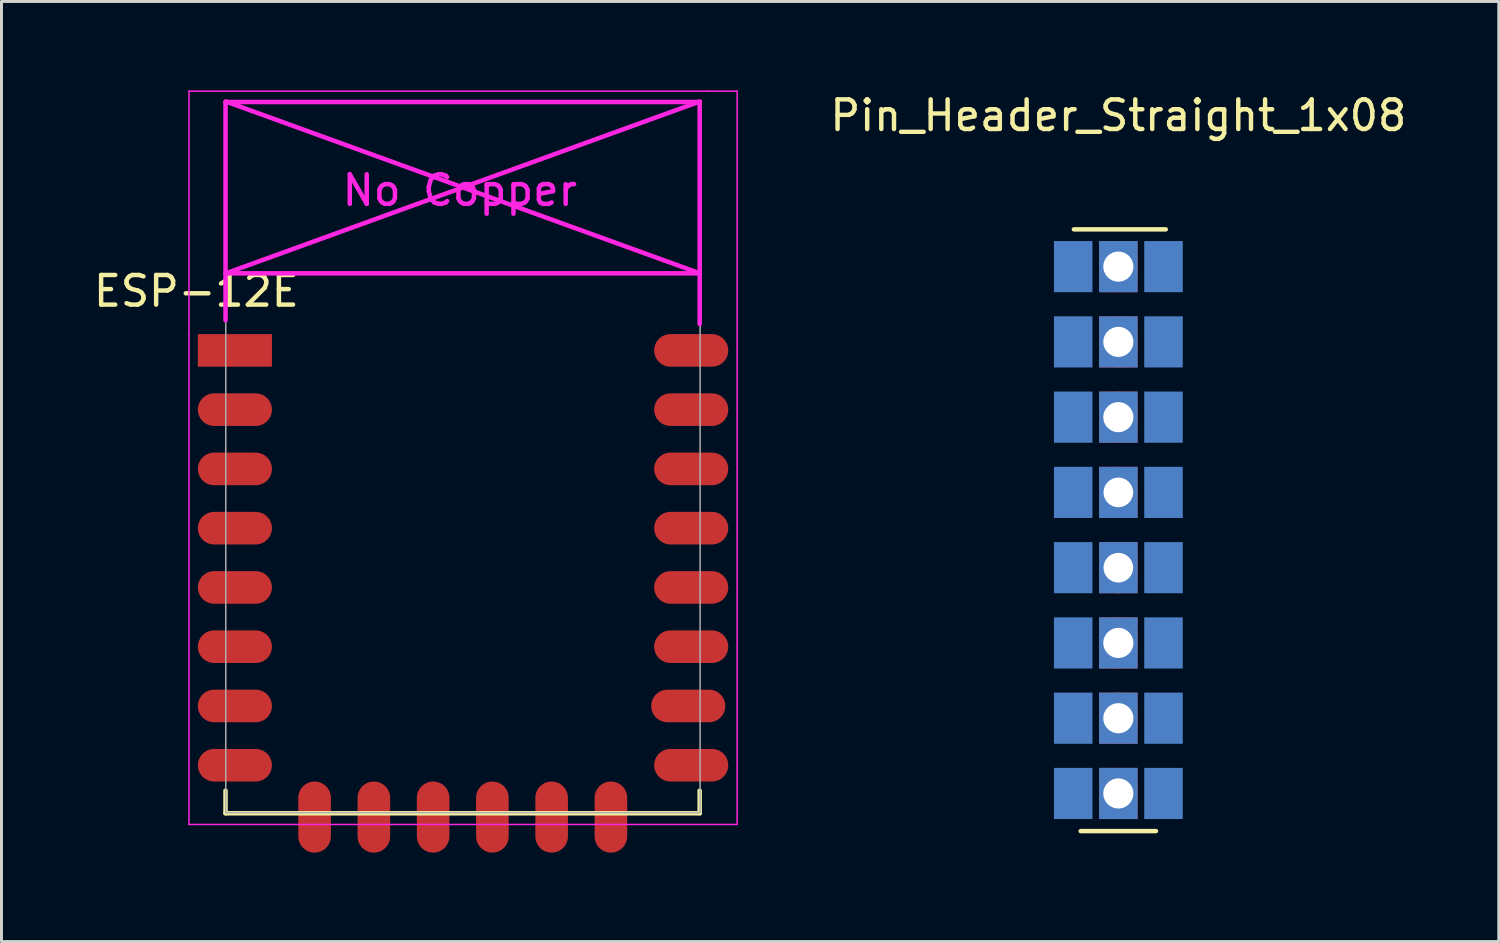
<source format=kicad_pcb>
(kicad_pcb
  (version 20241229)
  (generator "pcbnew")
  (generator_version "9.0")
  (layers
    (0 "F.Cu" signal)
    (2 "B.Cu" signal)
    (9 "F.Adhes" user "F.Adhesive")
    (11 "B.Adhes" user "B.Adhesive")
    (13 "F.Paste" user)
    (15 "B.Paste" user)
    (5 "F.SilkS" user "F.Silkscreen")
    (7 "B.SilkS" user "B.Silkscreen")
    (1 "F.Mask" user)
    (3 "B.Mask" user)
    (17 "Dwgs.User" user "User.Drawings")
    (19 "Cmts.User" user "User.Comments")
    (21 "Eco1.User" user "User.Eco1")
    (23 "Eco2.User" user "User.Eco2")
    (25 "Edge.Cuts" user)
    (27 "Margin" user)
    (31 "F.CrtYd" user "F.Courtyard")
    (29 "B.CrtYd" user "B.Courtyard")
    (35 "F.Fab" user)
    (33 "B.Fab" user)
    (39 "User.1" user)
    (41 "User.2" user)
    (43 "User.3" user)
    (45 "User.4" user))
  (footprint "ESP-12E"
    (layer "F.Cu")
    (at 5.577 8.775)
    (property "Reference" "ESP-12E" (at -2 -2 0) (layer "F.SilkS") (effects (font (size 1 1) (thickness 0.15))))
    (attr through_hole)
    (fp_line (start -1.016 14.859) (end -1.016 15.621) (stroke (width 0.152) (type solid)) (layer "F.SilkS"))
    (fp_line (start -1.016 15.621) (end 14.986 15.621) (stroke (width 0.152) (type solid)) (layer "F.SilkS"))
    (fp_line (start 14.986 15.621) (end 14.986 14.859) (stroke (width 0.152) (type solid)) (layer "F.SilkS"))
    (fp_line (start -2.25 -8.75) (end 15.25 -8.75) (stroke (width 0.05) (type solid)) (layer "F.CrtYd"))
    (fp_line (start -2.25 -0.5) (end -2.25 -8.75) (stroke (width 0.05) (type solid)) (layer "F.CrtYd"))
    (fp_line (start -2.25 16) (end -2.25 -0.5) (stroke (width 0.05) (type solid)) (layer "F.CrtYd"))
    (fp_line (start -1.016 -8.382) (end -1.016 -1.016) (stroke (width 0.152) (type solid)) (layer "F.CrtYd"))
    (fp_line (start -1.016 -8.382) (end 14.986 -8.382) (stroke (width 0.152) (type solid)) (layer "F.CrtYd"))
    (fp_line (start -1.008 -8.4) (end 14.992 -2.6) (stroke (width 0.152) (type solid)) (layer "F.CrtYd"))
    (fp_line (start -1.008 -2.6) (end 14.992 -2.6) (stroke (width 0.152) (type solid)) (layer "F.CrtYd"))
    (fp_line (start 14.986 -8.382) (end 14.986 -0.889) (stroke (width 0.152) (type solid)) (layer "F.CrtYd"))
    (fp_line (start 14.992 -8.4) (end -1.008 -2.6) (stroke (width 0.152) (type solid)) (layer "F.CrtYd"))
    (fp_line (start 15.25 -8.75) (end 16.25 -8.75) (stroke (width 0.05) (type solid)) (layer "F.CrtYd"))
    (fp_line (start 16.25 -8.75) (end 16.25 16) (stroke (width 0.05) (type solid)) (layer "F.CrtYd"))
    (fp_line (start 16.25 16) (end -2.25 16) (stroke (width 0.05) (type solid)) (layer "F.CrtYd"))
    (fp_line (start -1.008 -8.4) (end 14.992 -8.4) (stroke (width 0.05) (type solid)) (layer "F.Fab"))
    (fp_line (start -1.008 15.6) (end -1.008 -8.4) (stroke (width 0.05) (type solid)) (layer "F.Fab"))
    (fp_line (start 14.992 15.6) (end -1.008 15.6) (stroke (width 0.05) (type solid)) (layer "F.Fab"))
    (fp_line (start 15 -8.4) (end 15 15.6) (stroke (width 0.05) (type solid)) (layer "F.Fab"))
    (fp_text user "No Copper" (at 6.892 -5.4 0) (layer "F.CrtYd") (effects (font (size 1 1) (thickness 0.15))))
    (pad "1" smd rect (at 0 0) (size 2.5 1.1) (drill (offset -0.7 0)) (layers "F.Cu" "F.Mask" "F.Paste"))
    (pad "2" smd oval (at 0 2) (size 2.5 1.1) (drill (offset -0.7 0)) (layers "F.Cu" "F.Mask" "F.Paste"))
    (pad "3" smd oval (at 0 4) (size 2.5 1.1) (drill (offset -0.7 0)) (layers "F.Cu" "F.Mask" "F.Paste"))
    (pad "4" smd oval (at 0 6) (size 2.5 1.1) (drill (offset -0.7 0)) (layers "F.Cu" "F.Mask" "F.Paste"))
    (pad "5" smd oval (at 0 8) (size 2.5 1.1) (drill (offset -0.7 0)) (layers "F.Cu" "F.Mask" "F.Paste"))
    (pad "6" smd oval (at 0 10) (size 2.5 1.1) (drill (offset -0.7 0)) (layers "F.Cu" "F.Mask" "F.Paste"))
    (pad "7" smd oval (at 0 12) (size 2.5 1.1) (drill (offset -0.7 0)) (layers "F.Cu" "F.Mask" "F.Paste"))
    (pad "8" smd oval (at 0 14) (size 2.5 1.1) (drill (offset -0.7 0)) (layers "F.Cu" "F.Mask" "F.Paste"))
    (pad "9" smd oval (at 1.99 15.75 90) (size 2.4 1.1) (layers "F.Cu" "F.Mask" "F.Paste"))
    (pad "10" smd oval (at 3.99 15.75 90) (size 2.4 1.1) (layers "F.Cu" "F.Mask" "F.Paste"))
    (pad "11" smd oval (at 5.99 15.75 90) (size 2.4 1.1) (layers "F.Cu" "F.Mask" "F.Paste"))
    (pad "12" smd oval (at 7.99 15.75 90) (size 2.4 1.1) (layers "F.Cu" "F.Mask" "F.Paste"))
    (pad "13" smd oval (at 9.99 15.75 90) (size 2.4 1.1) (layers "F.Cu" "F.Mask" "F.Paste"))
    (pad "14" smd oval (at 11.99 15.75 90) (size 2.4 1.1) (layers "F.Cu" "F.Mask" "F.Paste"))
    (pad "15" smd oval (at 14 14) (size 2.5 1.1) (drill (offset 0.7 0)) (layers "F.Cu" "F.Mask" "F.Paste"))
    (pad "16" smd oval (at 14 12) (size 2.5 1.1) (drill (offset 0.6 0)) (layers "F.Cu" "F.Mask" "F.Paste"))
    (pad "17" smd oval (at 14 10) (size 2.5 1.1) (drill (offset 0.7 0)) (layers "F.Cu" "F.Mask" "F.Paste"))
    (pad "18" smd oval (at 14 8) (size 2.5 1.1) (drill (offset 0.7 0)) (layers "F.Cu" "F.Mask" "F.Paste"))
    (pad "19" smd oval (at 14 6) (size 2.5 1.1) (drill (offset 0.7 0)) (layers "F.Cu" "F.Mask" "F.Paste"))
    (pad "20" smd oval (at 14 4) (size 2.5 1.1) (drill (offset 0.7 0)) (layers "F.Cu" "F.Mask" "F.Paste"))
    (pad "21" smd oval (at 14 2) (size 2.5 1.1) (drill (offset 0.7 0)) (layers "F.Cu" "F.Mask" "F.Paste"))
    (pad "22" smd oval (at 14 0) (size 2.5 1.1) (drill (offset 0.7 0)) (layers "F.Cu" "F.Mask" "F.Paste")))
  (footprint "Pin_Header_Straight_1x08"
    (layer "F.Cu")
    (at 34.692 5.948)
    (property "Reference" "Pin_Header_Straight_1x08" (at 0 -5.1 0) (layer "F.SilkS") (effects (font (size 1 1) (thickness 0.15))))
    (attr through_hole)
    (fp_line (start -1.5 -1.257) (end 1.6 -1.257) (stroke (width 0.15) (type solid)) (layer "F.SilkS"))
    (fp_line (start 1.27 19.05) (end -1.27 19.05) (stroke (width 0.15) (type solid)) (layer "F.SilkS"))
    (pad "1" smd rect (at -1.524 0) (size 1.3 1.727) (layers "B.Cu" "B.Mask" "B.Paste"))
    (pad "2" thru_hole rect (at 0 0) (size 1.3 1.727) (drill 1.016) (layers "B.Cu" "B.Mask"))
    (pad "2" smd oval (at 0 0) (size 1.3 1.727) (layers "F.Cu" "F.Paste"))
    (pad "3" smd rect (at 1.524 0) (size 1.3 1.727) (layers "B.Cu" "B.Mask" "B.Paste"))
    (pad "4" smd rect (at -1.524 2.54) (size 1.3 1.727) (layers "B.Cu" "B.Mask" "B.Paste"))
    (pad "5" thru_hole rect (at 0 2.54) (size 1.3 1.727) (drill 1.016) (layers "B.Cu" "B.Mask"))
    (pad "5" smd oval (at 0 2.54) (size 1.3 1.727) (layers "F.Cu" "F.Paste"))
    (pad "6" smd rect (at 1.524 2.54) (size 1.3 1.727) (layers "B.Cu" "B.Mask" "B.Paste"))
    (pad "7" smd rect (at -1.524 5.08) (size 1.3 1.727) (layers "B.Cu" "B.Mask" "B.Paste"))
    (pad "8" thru_hole rect (at 0 5.08) (size 1.3 1.727) (drill 1.016) (layers "B.Cu" "B.Mask"))
    (pad "8" smd oval (at 0 5.08) (size 1.3 1.727) (layers "F.Cu" "F.Paste"))
    (pad "9" smd rect (at 1.524 5.08) (size 1.3 1.727) (layers "B.Cu" "B.Mask" "B.Paste"))
    (pad "10" smd rect (at -1.524 7.62) (size 1.3 1.727) (layers "B.Cu" "B.Mask" "B.Paste"))
    (pad "11" thru_hole rect (at 0 7.62) (size 1.3 1.727) (drill 1) (layers "B.Cu" "B.Mask"))
    (pad "11" smd oval (at 0 7.62) (size 1.3 1.727) (layers "F.Cu" "F.Paste"))
    (pad "12" smd rect (at 1.524 7.62) (size 1.3 1.727) (layers "B.Cu" "B.Mask" "B.Paste"))
    (pad "13" smd rect (at -1.524 10.16) (size 1.3 1.727) (layers "B.Cu" "B.Mask" "B.Paste"))
    (pad "14" thru_hole rect (at 0 10.16) (size 1.3 1.727) (drill 1) (layers "B.Cu" "B.Mask"))
    (pad "14" smd oval (at 0 10.16) (size 1.3 1.727) (layers "F.Cu" "F.Paste"))
    (pad "15" smd rect (at 1.524 10.16) (size 1.3 1.727) (layers "B.Cu" "B.Mask" "B.Paste"))
    (pad "16" smd rect (at -1.524 12.7) (size 1.3 1.727) (layers "B.Cu" "B.Mask" "B.Paste"))
    (pad "17" thru_hole rect (at 0 12.7) (size 1.3 1.727) (drill 1.016) (layers "B.Cu" "B.Mask"))
    (pad "17" smd oval (at 0 12.7) (size 1.3 1.727) (layers "F.Cu" "F.Paste"))
    (pad "18" smd rect (at 1.524 12.7) (size 1.3 1.727) (layers "B.Cu" "B.Mask" "B.Paste"))
    (pad "19" smd rect (at -1.524 15.24) (size 1.3 1.727) (layers "B.Cu" "B.Mask" "B.Paste"))
    (pad "20" thru_hole rect (at 0 15.24) (size 1.3 1.727) (drill 1.016) (layers "B.Cu" "B.Mask"))
    (pad "20" smd oval (at 0 15.24) (size 1.3 1.727) (layers "F.Cu" "F.Paste"))
    (pad "21" smd rect (at 1.524 15.24) (size 1.3 1.727) (layers "B.Cu" "B.Mask" "B.Paste"))
    (pad "22" smd rect (at -1.524 17.78) (size 1.3 1.727) (layers "B.Cu" "B.Mask" "B.Paste"))
    (pad "23" thru_hole rect (at 0 17.78) (size 1.3 1.727) (drill 1.016) (layers "B.Cu" "B.Mask"))
    (pad "23" smd oval (at 0 17.78) (size 1.3 1.727) (layers "F.Cu" "F.Paste"))
    (pad "24" smd rect (at 1.524 17.78) (size 1.3 1.727) (layers "B.Cu" "B.Mask" "B.Paste")))
  (gr_rect
    (start -3 -3)
    (end 47.531 28.725)
    (stroke (width 0.1) (type default))
    (fill no)
    (layer "Edge.Cuts")))
</source>
